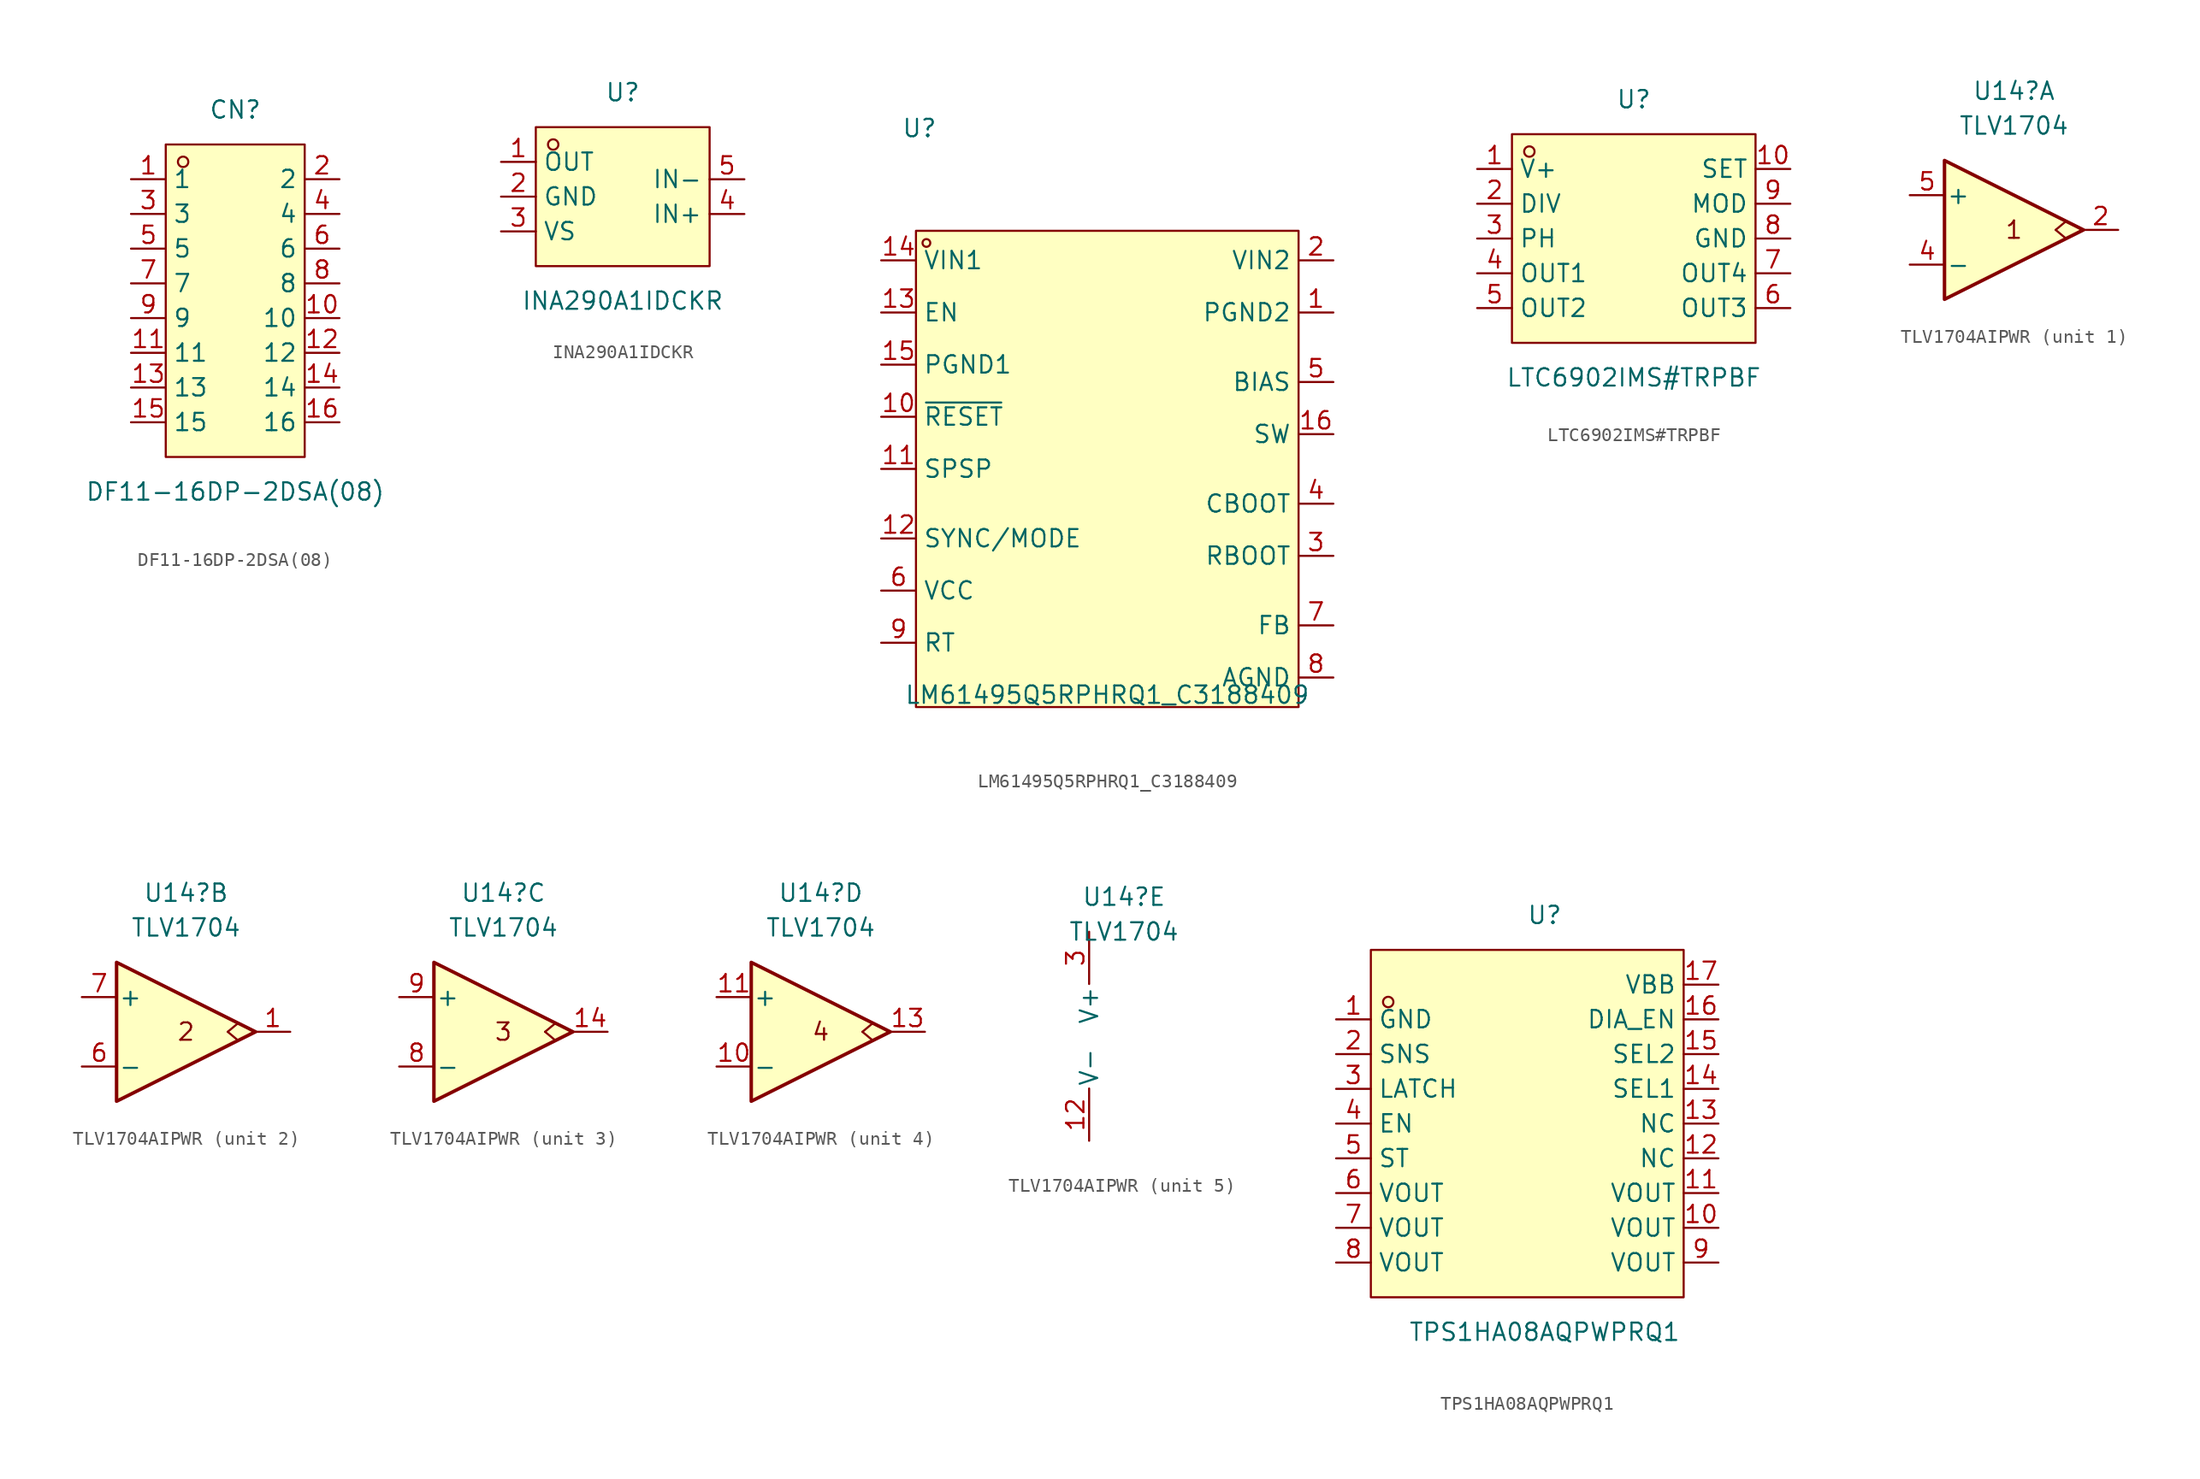
<source format=kicad_sym>
(kicad_symbol_lib
  (version 20241209)
  (generator "kicad_symbol_editor")
  (generator_version "9.0")
  (symbol "DF11-16DP-2DSA(08)"
    (property "Reference" "CN"
      (at 0 13.97 0)
      (effects (font (size 1.27 1.27))))
    (property "Value" "DF11-16DP-2DSA(08)"
      (at 0 -13.97 0)
      (effects (font (size 1.27 1.27))))
    (symbol "DF11-16DP-2DSA(08)_0_1"
      (rectangle (start -5.08 11.43) (end 5.08 -11.43) (stroke (width 0) (type default)) (fill (type background)))
      (circle (center -3.81 10.16) (radius 0.38) (stroke (width 0) (type default)) (fill (type none)))
      (pin unspecified line (at -7.62 8.89 0) (length 2.54) (name "1" (effects (font (size 1.27 1.27)))) (number "1" (effects (font (size 1.27 1.27)))))
      (pin unspecified line (at -7.62 6.35 0) (length 2.54) (name "3" (effects (font (size 1.27 1.27)))) (number "3" (effects (font (size 1.27 1.27)))))
      (pin unspecified line (at -7.62 3.81 0) (length 2.54) (name "5" (effects (font (size 1.27 1.27)))) (number "5" (effects (font (size 1.27 1.27)))))
      (pin unspecified line (at -7.62 1.27 0) (length 2.54) (name "7" (effects (font (size 1.27 1.27)))) (number "7" (effects (font (size 1.27 1.27)))))
      (pin unspecified line (at -7.62 -1.27 0) (length 2.54) (name "9" (effects (font (size 1.27 1.27)))) (number "9" (effects (font (size 1.27 1.27)))))
      (pin unspecified line (at -7.62 -3.81 0) (length 2.54) (name "11" (effects (font (size 1.27 1.27)))) (number "11" (effects (font (size 1.27 1.27)))))
      (pin unspecified line (at -7.62 -6.35 0) (length 2.54) (name "13" (effects (font (size 1.27 1.27)))) (number "13" (effects (font (size 1.27 1.27)))))
      (pin unspecified line (at -7.62 -8.89 0) (length 2.54) (name "15" (effects (font (size 1.27 1.27)))) (number "15" (effects (font (size 1.27 1.27)))))
      (pin unspecified line (at 7.62 8.89 180) (length 2.54) (name "2" (effects (font (size 1.27 1.27)))) (number "2" (effects (font (size 1.27 1.27)))))
      (pin unspecified line (at 7.62 6.35 180) (length 2.54) (name "4" (effects (font (size 1.27 1.27)))) (number "4" (effects (font (size 1.27 1.27)))))
      (pin unspecified line (at 7.62 3.81 180) (length 2.54) (name "6" (effects (font (size 1.27 1.27)))) (number "6" (effects (font (size 1.27 1.27)))))
      (pin unspecified line (at 7.62 1.27 180) (length 2.54) (name "8" (effects (font (size 1.27 1.27)))) (number "8" (effects (font (size 1.27 1.27)))))
      (pin unspecified line (at 7.62 -1.27 180) (length 2.54) (name "10" (effects (font (size 1.27 1.27)))) (number "10" (effects (font (size 1.27 1.27)))))
      (pin unspecified line (at 7.62 -3.81 180) (length 2.54) (name "12" (effects (font (size 1.27 1.27)))) (number "12" (effects (font (size 1.27 1.27)))))
      (pin unspecified line (at 7.62 -6.35 180) (length 2.54) (name "14" (effects (font (size 1.27 1.27)))) (number "14" (effects (font (size 1.27 1.27)))))
      (pin unspecified line (at 7.62 -8.89 180) (length 2.54) (name "16" (effects (font (size 1.27 1.27)))) (number "16" (effects (font (size 1.27 1.27)))))))
  (symbol "INA290A1IDCKR"
    (property "Reference" "U"
      (at 0 7.62 0)
      (effects (font (size 1.27 1.27))))
    (property "Value" "INA290A1IDCKR"
      (at 0 -7.62 0)
      (effects (font (size 1.27 1.27))))
    (symbol "INA290A1IDCKR_0_1"
      (rectangle (start -6.35 5.08) (end 6.35 -5.08) (stroke (width 0) (type default)) (fill (type background)))
      (circle (center -5.08 3.81) (radius 0.38) (stroke (width 0) (type default)) (fill (type none)))
      (pin unspecified line (at -8.89 2.54 0) (length 2.54) (name "OUT" (effects (font (size 1.27 1.27)))) (number "1" (effects (font (size 1.27 1.27)))))
      (pin unspecified line (at -8.89 0 0) (length 2.54) (name "GND" (effects (font (size 1.27 1.27)))) (number "2" (effects (font (size 1.27 1.27)))))
      (pin unspecified line (at -8.89 -2.54 0) (length 2.54) (name "VS" (effects (font (size 1.27 1.27)))) (number "3" (effects (font (size 1.27 1.27)))))
      (pin unspecified line (at 8.89 1.27 180) (length 2.54) (name "IN-" (effects (font (size 1.27 1.27)))) (number "5" (effects (font (size 1.27 1.27)))))
      (pin unspecified line (at 8.89 -1.27 180) (length 2.54) (name "IN+" (effects (font (size 1.27 1.27)))) (number "4" (effects (font (size 1.27 1.27)))))))
  (symbol "LM61495Q5RPHRQ1_C3188409"
    (property "Reference" "U"
      (at -13.716 24.892 0)
      (effects (font (size 1.27 1.27))))
    (property "Value" "LM61495Q5RPHRQ1_C3188409"
      (at 0 -16.51 0)
      (effects (font (size 1.27 1.27))))
    (symbol "LM61495Q5RPHRQ1_C3188409_0_1"
      (rectangle (start -13.97 17.399) (end 13.97 -17.399) (stroke (width 0) (type default)) (fill (type background)))
      (circle (center -13.208 16.51) (radius 0.283) (stroke (width 0) (type default)) (fill (type none)))
      (pin unspecified line (at -16.51 15.24 0) (length 2.54) (name "VIN1" (effects (font (size 1.27 1.27)))) (number "14" (effects (font (size 1.27 1.27)))))
      (pin unspecified line (at -16.51 11.43 0) (length 2.54) (name "EN" (effects (font (size 1.27 1.27)))) (number "13" (effects (font (size 1.27 1.27)))))
      (pin unspecified line (at -16.51 7.62 0) (length 2.54) (name "PGND1" (effects (font (size 1.27 1.27)))) (number "15" (effects (font (size 1.27 1.27)))))
      (pin unspecified line (at -16.51 3.81 0) (length 2.54) (name "~{RESET}" (effects (font (size 1.27 1.27)))) (number "10" (effects (font (size 1.27 1.27)))))
      (pin unspecified line (at -16.51 0 0) (length 2.54) (name "SPSP" (effects (font (size 1.27 1.27)))) (number "11" (effects (font (size 1.27 1.27)))))
      (pin unspecified line (at -16.51 -5.08 0) (length 2.54) (name "SYNC/MODE" (effects (font (size 1.27 1.27)))) (number "12" (effects (font (size 1.27 1.27)))))
      (pin unspecified line (at -16.51 -8.89 0) (length 2.54) (name "VCC" (effects (font (size 1.27 1.27)))) (number "6" (effects (font (size 1.27 1.27)))))
      (pin unspecified line (at -16.51 -12.7 0) (length 2.54) (name "RT" (effects (font (size 1.27 1.27)))) (number "9" (effects (font (size 1.27 1.27)))))
      (pin unspecified line (at 16.51 15.24 180) (length 2.54) (name "VIN2" (effects (font (size 1.27 1.27)))) (number "2" (effects (font (size 1.27 1.27)))))
      (pin unspecified line (at 16.51 11.43 180) (length 2.54) (name "PGND2" (effects (font (size 1.27 1.27)))) (number "1" (effects (font (size 1.27 1.27)))))
      (pin unspecified line (at 16.51 6.35 180) (length 2.54) (name "BIAS" (effects (font (size 1.27 1.27)))) (number "5" (effects (font (size 1.27 1.27)))))
      (pin unspecified line (at 16.51 2.54 180) (length 2.54) (name "SW" (effects (font (size 1.27 1.27)))) (number "16" (effects (font (size 1.27 1.27)))))
      (pin unspecified line (at 16.51 -2.54 180) (length 2.54) (name "CBOOT" (effects (font (size 1.27 1.27)))) (number "4" (effects (font (size 1.27 1.27)))))
      (pin unspecified line (at 16.51 -6.35 180) (length 2.54) (name "RBOOT" (effects (font (size 1.27 1.27)))) (number "3" (effects (font (size 1.27 1.27)))))
      (pin unspecified line (at 16.51 -11.43 180) (length 2.54) (name "FB" (effects (font (size 1.27 1.27)))) (number "7" (effects (font (size 1.27 1.27)))))
      (pin unspecified line (at 16.51 -15.24 180) (length 2.54) (name "AGND" (effects (font (size 1.27 1.27)))) (number "8" (effects (font (size 1.27 1.27)))))))
  (symbol "LTC6902IMS#TRPBF"
    (property "Reference" "U"
      (at 0 10.16 0)
      (effects (font (size 1.27 1.27))))
    (property "Value" "LTC6902IMS#TRPBF"
      (at 0 -10.16 0)
      (effects (font (size 1.27 1.27))))
    (symbol "LTC6902IMS#TRPBF_0_1"
      (rectangle (start -8.89 7.62) (end 8.89 -7.62) (stroke (width 0) (type default)) (fill (type background)))
      (circle (center -7.62 6.35) (radius 0.38) (stroke (width 0) (type default)) (fill (type none)))
      (pin unspecified line (at -11.43 5.08 0) (length 2.54) (name "V+" (effects (font (size 1.27 1.27)))) (number "1" (effects (font (size 1.27 1.27)))))
      (pin unspecified line (at -11.43 2.54 0) (length 2.54) (name "DIV" (effects (font (size 1.27 1.27)))) (number "2" (effects (font (size 1.27 1.27)))))
      (pin unspecified line (at -11.43 0 0) (length 2.54) (name "PH" (effects (font (size 1.27 1.27)))) (number "3" (effects (font (size 1.27 1.27)))))
      (pin unspecified line (at -11.43 -2.54 0) (length 2.54) (name "OUT1" (effects (font (size 1.27 1.27)))) (number "4" (effects (font (size 1.27 1.27)))))
      (pin unspecified line (at -11.43 -5.08 0) (length 2.54) (name "OUT2" (effects (font (size 1.27 1.27)))) (number "5" (effects (font (size 1.27 1.27)))))
      (pin unspecified line (at 11.43 5.08 180) (length 2.54) (name "SET" (effects (font (size 1.27 1.27)))) (number "10" (effects (font (size 1.27 1.27)))))
      (pin unspecified line (at 11.43 2.54 180) (length 2.54) (name "MOD" (effects (font (size 1.27 1.27)))) (number "9" (effects (font (size 1.27 1.27)))))
      (pin unspecified line (at 11.43 0 180) (length 2.54) (name "GND" (effects (font (size 1.27 1.27)))) (number "8" (effects (font (size 1.27 1.27)))))
      (pin unspecified line (at 11.43 -2.54 180) (length 2.54) (name "OUT4" (effects (font (size 1.27 1.27)))) (number "7" (effects (font (size 1.27 1.27)))))
      (pin unspecified line (at 11.43 -5.08 180) (length 2.54) (name "OUT3" (effects (font (size 1.27 1.27)))) (number "6" (effects (font (size 1.27 1.27)))))))
  (symbol "TLV1704AIPWR"
    (pin_names
      (offset 0.127))
    (property "Reference" "U14"
      (at 0 10.16 0)
      (effects (font (size 1.27 1.27))))
    (property "Value" "TLV1704"
      (at 0 7.62 0)
      (effects (font (size 1.27 1.27))))
    (property "Tolerance" ""
      (at 0 0 0)
      (effects (font (size 1.27 1.27))))
    (property "Power Rating" ""
      (at 0 0 0)
      (effects (font (size 1.27 1.27))))
    (property "ki_locked" ""
      (at 0 0 0)
      (effects (font (size 1.27 1.27))))
    (symbol "TLV1704AIPWR_1_1"
      (polyline (pts (xy -5.08 5.08) (xy 5.08 0) (xy -5.08 -5.08) (xy -5.08 5.08)) (stroke (width 0.254) (type default)) (fill (type background)))
      (polyline (pts (xy 3.048 0) (xy 3.81 -0.635)) (stroke (width 0) (type default)) (fill (type none)))
      (polyline (pts (xy 3.81 0.635) (xy 3.048 0)) (stroke (width 0) (type default)) (fill (type none)))
      (text "1" (at 0 0 0) (effects (font (size 1.27 1.27))))
      (pin input line (at -7.62 2.54 0) (length 2.54) (name "+" (effects (font (size 1.27 1.27)))) (number "5" (effects (font (size 1.27 1.27)))))
      (pin input line (at -7.62 -2.54 0) (length 2.54) (name "-" (effects (font (size 1.27 1.27)))) (number "4" (effects (font (size 1.27 1.27)))))
      (pin open_collector line (at 7.62 0 180) (length 2.54) (name "~" (effects (font (size 1.27 1.27)))) (number "2" (effects (font (size 1.27 1.27))))))
    (symbol "TLV1704AIPWR_2_1"
      (polyline (pts (xy -5.08 5.08) (xy 5.08 0) (xy -5.08 -5.08) (xy -5.08 5.08)) (stroke (width 0.254) (type default)) (fill (type background)))
      (polyline (pts (xy 3.048 0) (xy 3.81 -0.635)) (stroke (width 0) (type default)) (fill (type none)))
      (polyline (pts (xy 3.81 0.635) (xy 3.048 0)) (stroke (width 0) (type default)) (fill (type none)))
      (text "2" (at 0 0 0) (effects (font (size 1.27 1.27))))
      (pin input line (at -7.62 2.54 0) (length 2.54) (name "+" (effects (font (size 1.27 1.27)))) (number "7" (effects (font (size 1.27 1.27)))))
      (pin input line (at -7.62 -2.54 0) (length 2.54) (name "-" (effects (font (size 1.27 1.27)))) (number "6" (effects (font (size 1.27 1.27)))))
      (pin open_collector line (at 7.62 0 180) (length 2.54) (name "~" (effects (font (size 1.27 1.27)))) (number "1" (effects (font (size 1.27 1.27))))))
    (symbol "TLV1704AIPWR_3_1"
      (polyline (pts (xy -5.08 5.08) (xy 5.08 0) (xy -5.08 -5.08) (xy -5.08 5.08)) (stroke (width 0.254) (type default)) (fill (type background)))
      (polyline (pts (xy 3.048 0) (xy 3.81 -0.635)) (stroke (width 0) (type default)) (fill (type none)))
      (polyline (pts (xy 3.81 0.635) (xy 3.048 0)) (stroke (width 0) (type default)) (fill (type none)))
      (text "3" (at 0 0 0) (effects (font (size 1.27 1.27))))
      (pin input line (at -7.62 2.54 0) (length 2.54) (name "+" (effects (font (size 1.27 1.27)))) (number "9" (effects (font (size 1.27 1.27)))))
      (pin input line (at -7.62 -2.54 0) (length 2.54) (name "-" (effects (font (size 1.27 1.27)))) (number "8" (effects (font (size 1.27 1.27)))))
      (pin open_collector line (at 7.62 0 180) (length 2.54) (name "~" (effects (font (size 1.27 1.27)))) (number "14" (effects (font (size 1.27 1.27))))))
    (symbol "TLV1704AIPWR_4_1"
      (polyline (pts (xy -5.08 5.08) (xy 5.08 0) (xy -5.08 -5.08) (xy -5.08 5.08)) (stroke (width 0.254) (type default)) (fill (type background)))
      (polyline (pts (xy 3.048 0) (xy 3.81 -0.635)) (stroke (width 0) (type default)) (fill (type none)))
      (polyline (pts (xy 3.81 0.635) (xy 3.048 0)) (stroke (width 0) (type default)) (fill (type none)))
      (text "4" (at 0 0 0) (effects (font (size 1.27 1.27))))
      (pin input line (at -7.62 2.54 0) (length 2.54) (name "+" (effects (font (size 1.27 1.27)))) (number "11" (effects (font (size 1.27 1.27)))))
      (pin input line (at -7.62 -2.54 0) (length 2.54) (name "-" (effects (font (size 1.27 1.27)))) (number "10" (effects (font (size 1.27 1.27)))))
      (pin open_collector line (at 7.62 0 180) (length 2.54) (name "~" (effects (font (size 1.27 1.27)))) (number "13" (effects (font (size 1.27 1.27))))))
    (symbol "TLV1704AIPWR_5_1"
      (pin power_in line (at -2.54 7.62 270) (length 3.81) (name "V+" (effects (font (size 1.27 1.27)))) (number "3" (effects (font (size 1.27 1.27)))))
      (pin power_in line (at -2.54 -7.62 90) (length 3.81) (name "V-" (effects (font (size 1.27 1.27)))) (number "12" (effects (font (size 1.27 1.27)))))))
  (symbol "TPS1HA08AQPWPRQ1"
    (property "Reference" "U"
      (at 0 15.24 0)
      (effects (font (size 1.27 1.27))))
    (property "Value" "TPS1HA08AQPWPRQ1"
      (at 0 -15.24 0)
      (effects (font (size 1.27 1.27))))
    (symbol "TPS1HA08AQPWPRQ1_0_1"
      (rectangle (start -12.7 12.7) (end 10.16 -12.7) (stroke (width 0) (type default)) (fill (type background)))
      (circle (center -11.43 8.89) (radius 0.38) (stroke (width 0) (type default)) (fill (type none)))
      (pin unspecified line (at -15.24 7.62 0) (length 2.54) (name "GND" (effects (font (size 1.27 1.27)))) (number "1" (effects (font (size 1.27 1.27)))))
      (pin unspecified line (at -15.24 5.08 0) (length 2.54) (name "SNS" (effects (font (size 1.27 1.27)))) (number "2" (effects (font (size 1.27 1.27)))))
      (pin unspecified line (at -15.24 2.54 0) (length 2.54) (name "LATCH" (effects (font (size 1.27 1.27)))) (number "3" (effects (font (size 1.27 1.27)))))
      (pin unspecified line (at -15.24 0 0) (length 2.54) (name "EN" (effects (font (size 1.27 1.27)))) (number "4" (effects (font (size 1.27 1.27)))))
      (pin unspecified line (at -15.24 -2.54 0) (length 2.54) (name "ST" (effects (font (size 1.27 1.27)))) (number "5" (effects (font (size 1.27 1.27)))))
      (pin unspecified line (at -15.24 -5.08 0) (length 2.54) (name "VOUT" (effects (font (size 1.27 1.27)))) (number "6" (effects (font (size 1.27 1.27)))))
      (pin unspecified line (at -15.24 -7.62 0) (length 2.54) (name "VOUT" (effects (font (size 1.27 1.27)))) (number "7" (effects (font (size 1.27 1.27)))))
      (pin unspecified line (at -15.24 -10.16 0) (length 2.54) (name "VOUT" (effects (font (size 1.27 1.27)))) (number "8" (effects (font (size 1.27 1.27)))))
      (pin unspecified line (at 12.7 10.16 180) (length 2.54) (name "VBB" (effects (font (size 1.27 1.27)))) (number "17" (effects (font (size 1.27 1.27)))))
      (pin unspecified line (at 12.7 7.62 180) (length 2.54) (name "DIA_EN" (effects (font (size 1.27 1.27)))) (number "16" (effects (font (size 1.27 1.27)))))
      (pin unspecified line (at 12.7 5.08 180) (length 2.54) (name "SEL2" (effects (font (size 1.27 1.27)))) (number "15" (effects (font (size 1.27 1.27)))))
      (pin unspecified line (at 12.7 2.54 180) (length 2.54) (name "SEL1" (effects (font (size 1.27 1.27)))) (number "14" (effects (font (size 1.27 1.27)))))
      (pin unspecified line (at 12.7 0 180) (length 2.54) (name "NC" (effects (font (size 1.27 1.27)))) (number "13" (effects (font (size 1.27 1.27)))))
      (pin unspecified line (at 12.7 -2.54 180) (length 2.54) (name "NC" (effects (font (size 1.27 1.27)))) (number "12" (effects (font (size 1.27 1.27)))))
      (pin unspecified line (at 12.7 -5.08 180) (length 2.54) (name "VOUT" (effects (font (size 1.27 1.27)))) (number "11" (effects (font (size 1.27 1.27)))))
      (pin unspecified line (at 12.7 -7.62 180) (length 2.54) (name "VOUT" (effects (font (size 1.27 1.27)))) (number "10" (effects (font (size 1.27 1.27)))))
      (pin unspecified line (at 12.7 -10.16 180) (length 2.54) (name "VOUT" (effects (font (size 1.27 1.27)))) (number "9" (effects (font (size 1.27 1.27))))))))
</source>
